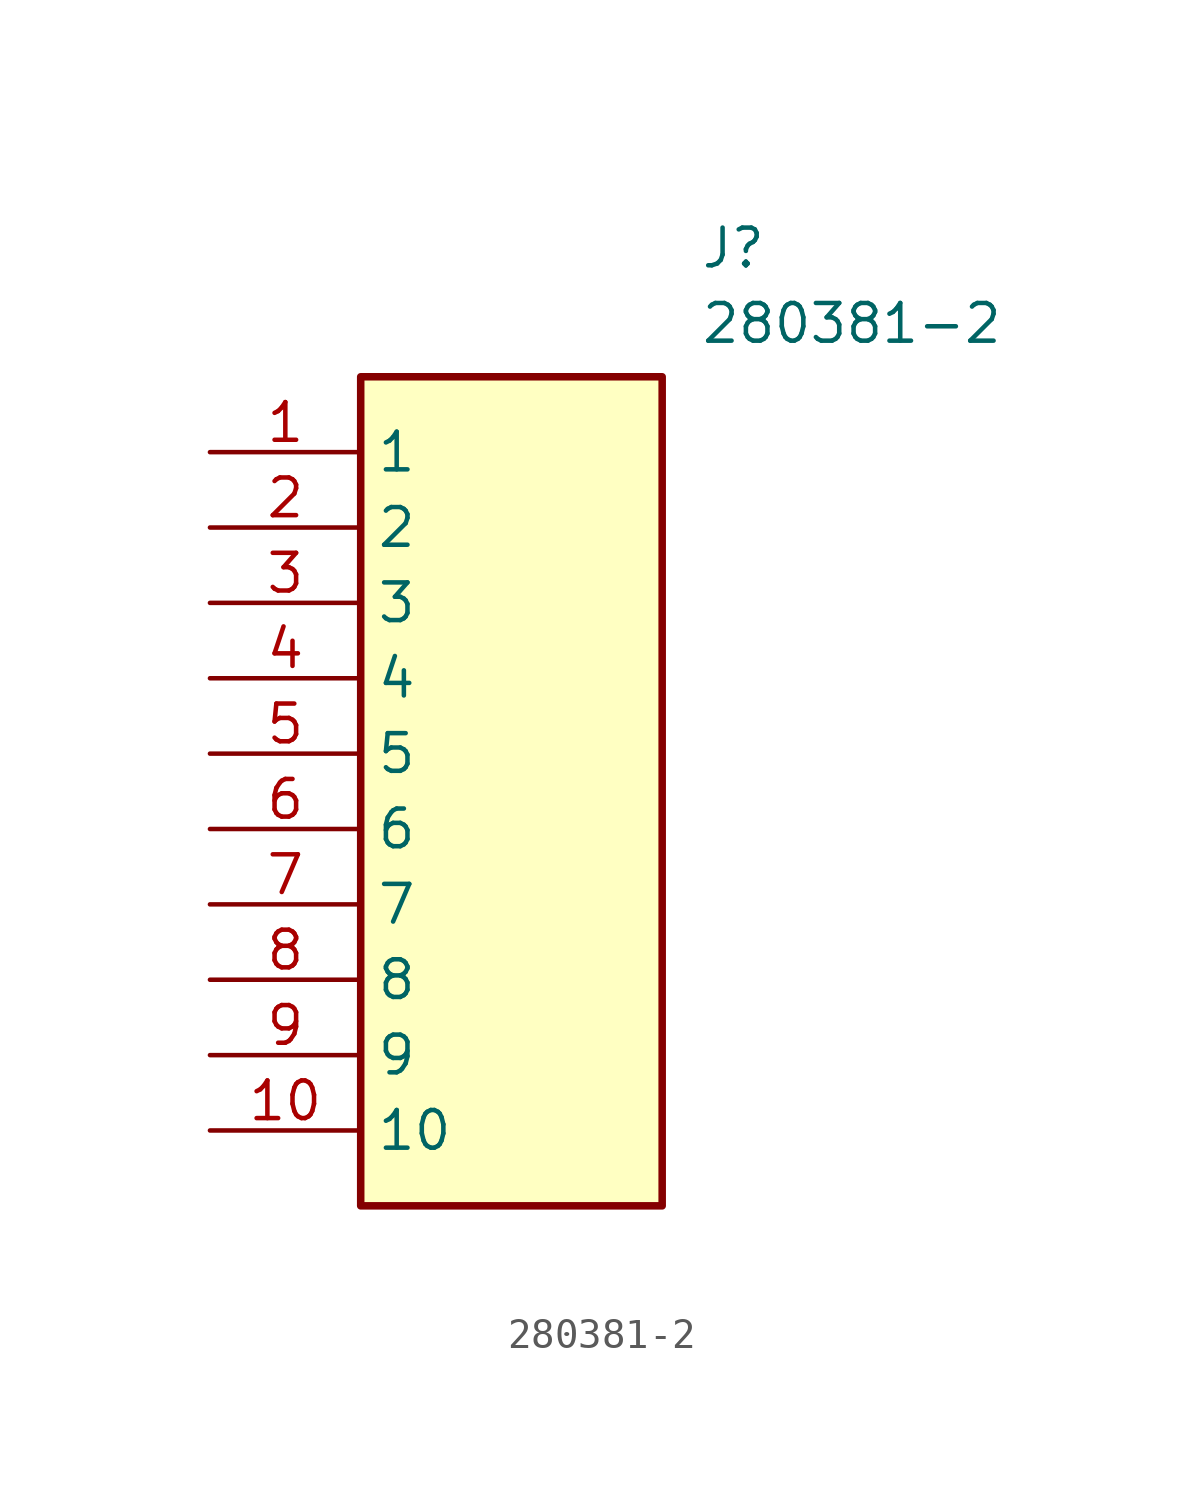
<source format=kicad_sym>
(kicad_symbol_lib
  (version 20231120)
  (generator "kicad_symbol_editor")
  (generator_version "8.0")
  (symbol "280381-2"
    (property "Reference" "J"
      (at 16.51 7.62 0)
      (effects (font (size 1.27 1.27)) (justify left top)))
    (property "Value" "280381-2"
      (at 16.51 5.08 0)
      (effects (font (size 1.27 1.27)) (justify left top)))
    (symbol "280381-2_1_1"
      (rectangle (start 5.08 2.54) (end 15.24 -25.4) (stroke (width 0.254) (type default)) (fill (type background)))
      (pin passive line (at 0 0 0) (length 5.08) (name "1" (effects (font (size 1.27 1.27)))) (number "1" (effects (font (size 1.27 1.27)))))
      (pin passive line (at 0 -22.86 0) (length 5.08) (name "10" (effects (font (size 1.27 1.27)))) (number "10" (effects (font (size 1.27 1.27)))))
      (pin passive line (at 0 -2.54 0) (length 5.08) (name "2" (effects (font (size 1.27 1.27)))) (number "2" (effects (font (size 1.27 1.27)))))
      (pin passive line (at 0 -5.08 0) (length 5.08) (name "3" (effects (font (size 1.27 1.27)))) (number "3" (effects (font (size 1.27 1.27)))))
      (pin passive line (at 0 -7.62 0) (length 5.08) (name "4" (effects (font (size 1.27 1.27)))) (number "4" (effects (font (size 1.27 1.27)))))
      (pin passive line (at 0 -10.16 0) (length 5.08) (name "5" (effects (font (size 1.27 1.27)))) (number "5" (effects (font (size 1.27 1.27)))))
      (pin passive line (at 0 -12.7 0) (length 5.08) (name "6" (effects (font (size 1.27 1.27)))) (number "6" (effects (font (size 1.27 1.27)))))
      (pin passive line (at 0 -15.24 0) (length 5.08) (name "7" (effects (font (size 1.27 1.27)))) (number "7" (effects (font (size 1.27 1.27)))))
      (pin passive line (at 0 -17.78 0) (length 5.08) (name "8" (effects (font (size 1.27 1.27)))) (number "8" (effects (font (size 1.27 1.27)))))
      (pin passive line (at 0 -20.32 0) (length 5.08) (name "9" (effects (font (size 1.27 1.27)))) (number "9" (effects (font (size 1.27 1.27))))))))
</source>
